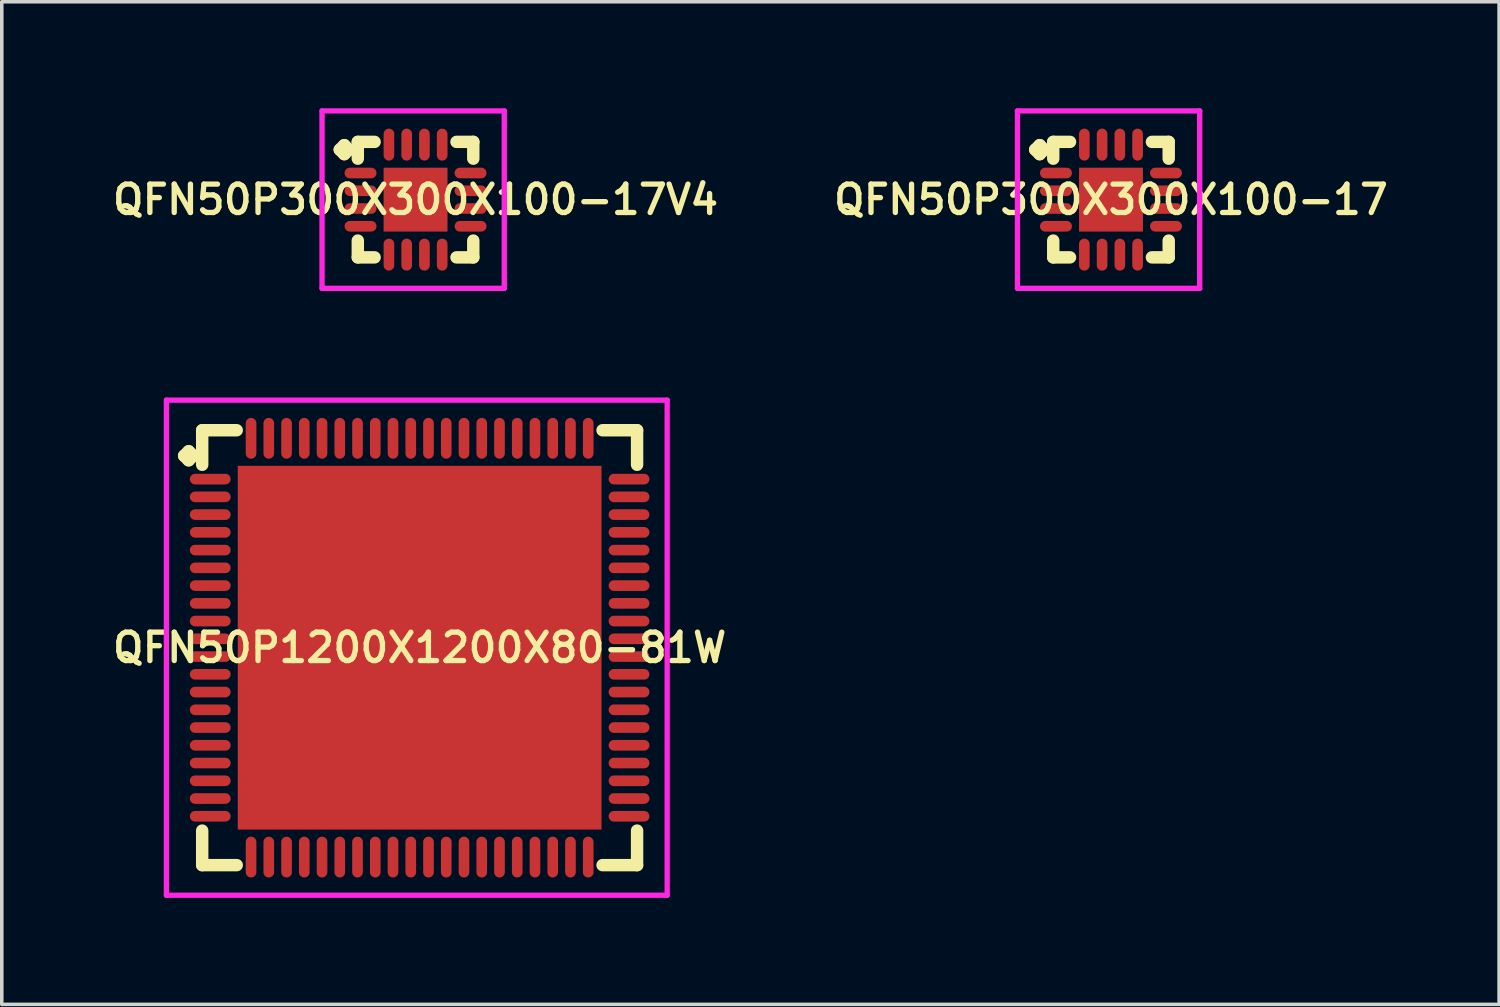
<source format=kicad_pcb>
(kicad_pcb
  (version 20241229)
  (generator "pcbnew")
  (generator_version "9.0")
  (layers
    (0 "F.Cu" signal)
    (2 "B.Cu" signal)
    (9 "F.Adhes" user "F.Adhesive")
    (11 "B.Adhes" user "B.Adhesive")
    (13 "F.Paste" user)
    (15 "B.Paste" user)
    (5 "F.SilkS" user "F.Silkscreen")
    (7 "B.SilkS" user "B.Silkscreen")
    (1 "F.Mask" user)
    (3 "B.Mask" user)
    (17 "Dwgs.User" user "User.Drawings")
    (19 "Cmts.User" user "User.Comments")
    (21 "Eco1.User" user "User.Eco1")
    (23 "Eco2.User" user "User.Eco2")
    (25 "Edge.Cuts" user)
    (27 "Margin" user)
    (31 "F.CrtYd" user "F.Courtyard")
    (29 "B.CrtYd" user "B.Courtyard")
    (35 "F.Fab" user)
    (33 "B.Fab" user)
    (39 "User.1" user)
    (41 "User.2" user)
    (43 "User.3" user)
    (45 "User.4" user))
  (footprint "QFN50P1200X1200X80-81W"
    (layer "F.Cu")
    (at 8.774 15.2)
    (property "Reference" "QFN50P1200X1200X80-81W" (at 0 0 0) (layer "F.SilkS") (effects (font (size 0.8 0.8) (thickness 0.15))))
    (attr smd)
    (fp_line (start -6.635 -5.408) (end -6.508 -5.535) (stroke (width 0.35) (type solid)) (layer "F.SilkS"))
    (fp_line (start -6.508 -5.535) (end -6.381 -5.408) (stroke (width 0.35) (type solid)) (layer "F.SilkS"))
    (fp_line (start -6.508 -5.281) (end -6.635 -5.408) (stroke (width 0.35) (type solid)) (layer "F.SilkS"))
    (fp_line (start -6.381 -5.408) (end -6.508 -5.281) (stroke (width 0.35) (type solid)) (layer "F.SilkS"))
    (fp_line (start -6.127 -6.127) (end -5.154 -6.127) (stroke (width 0.35) (type solid)) (layer "F.SilkS"))
    (fp_line (start -6.127 -5.154) (end -6.127 -6.127) (stroke (width 0.35) (type solid)) (layer "F.SilkS"))
    (fp_line (start -6.127 5.154) (end -6.127 6.127) (stroke (width 0.35) (type solid)) (layer "F.SilkS"))
    (fp_line (start -6.127 6.127) (end -5.154 6.127) (stroke (width 0.35) (type solid)) (layer "F.SilkS"))
    (fp_line (start 5.154 -6.127) (end 6.127 -6.127) (stroke (width 0.35) (type solid)) (layer "F.SilkS"))
    (fp_line (start 5.154 6.127) (end 6.127 6.127) (stroke (width 0.35) (type solid)) (layer "F.SilkS"))
    (fp_line (start 6.127 -6.127) (end 6.127 -5.154) (stroke (width 0.35) (type solid)) (layer "F.SilkS"))
    (fp_line (start 6.127 6.127) (end 6.127 5.154) (stroke (width 0.35) (type solid)) (layer "F.SilkS"))
    (fp_line (start -7.135 -6.975) (end 6.975 -6.975) (stroke (width 0.15) (type solid)) (layer "F.CrtYd"))
    (fp_line (start -7.135 6.975) (end -7.135 -6.975) (stroke (width 0.15) (type solid)) (layer "F.CrtYd"))
    (fp_line (start 6.975 -6.975) (end 6.975 6.975) (stroke (width 0.15) (type solid)) (layer "F.CrtYd"))
    (fp_line (start 6.975 6.975) (end -7.135 6.975) (stroke (width 0.15) (type solid)) (layer "F.CrtYd"))
    (pad "1" smd oval (at -5.9 -4.75) (size 1.15 0.3) (layers "F.Cu" "F.Mask" "F.Paste"))
    (pad "2" smd oval (at -5.9 -4.25) (size 1.15 0.3) (layers "F.Cu" "F.Mask" "F.Paste"))
    (pad "3" smd oval (at -5.9 -3.75) (size 1.15 0.3) (layers "F.Cu" "F.Mask" "F.Paste"))
    (pad "4" smd oval (at -5.9 -3.25) (size 1.15 0.3) (layers "F.Cu" "F.Mask" "F.Paste"))
    (pad "5" smd oval (at -5.9 -2.75) (size 1.15 0.3) (layers "F.Cu" "F.Mask" "F.Paste"))
    (pad "6" smd oval (at -5.9 -2.25) (size 1.15 0.3) (layers "F.Cu" "F.Mask" "F.Paste"))
    (pad "7" smd oval (at -5.9 -1.75) (size 1.15 0.3) (layers "F.Cu" "F.Mask" "F.Paste"))
    (pad "8" smd oval (at -5.9 -1.25) (size 1.15 0.3) (layers "F.Cu" "F.Mask" "F.Paste"))
    (pad "9" smd oval (at -5.9 -0.75) (size 1.15 0.3) (layers "F.Cu" "F.Mask" "F.Paste"))
    (pad "10" smd oval (at -5.9 -0.25) (size 1.15 0.3) (layers "F.Cu" "F.Mask" "F.Paste"))
    (pad "11" smd oval (at -5.9 0.25) (size 1.15 0.3) (layers "F.Cu" "F.Mask" "F.Paste"))
    (pad "12" smd oval (at -5.9 0.75) (size 1.15 0.3) (layers "F.Cu" "F.Mask" "F.Paste"))
    (pad "13" smd oval (at -5.9 1.25) (size 1.15 0.3) (layers "F.Cu" "F.Mask" "F.Paste"))
    (pad "14" smd oval (at -5.9 1.75) (size 1.15 0.3) (layers "F.Cu" "F.Mask" "F.Paste"))
    (pad "15" smd oval (at -5.9 2.25) (size 1.15 0.3) (layers "F.Cu" "F.Mask" "F.Paste"))
    (pad "16" smd oval (at -5.9 2.75) (size 1.15 0.3) (layers "F.Cu" "F.Mask" "F.Paste"))
    (pad "17" smd oval (at -5.9 3.25) (size 1.15 0.3) (layers "F.Cu" "F.Mask" "F.Paste"))
    (pad "18" smd oval (at -5.9 3.75) (size 1.15 0.3) (layers "F.Cu" "F.Mask" "F.Paste"))
    (pad "19" smd oval (at -5.9 4.25) (size 1.15 0.3) (layers "F.Cu" "F.Mask" "F.Paste"))
    (pad "20" smd oval (at -5.9 4.75) (size 1.15 0.3) (layers "F.Cu" "F.Mask" "F.Paste"))
    (pad "21" smd oval (at -4.75 5.9) (size 0.3 1.15) (layers "F.Cu" "F.Mask" "F.Paste"))
    (pad "22" smd oval (at -4.25 5.9) (size 0.3 1.15) (layers "F.Cu" "F.Mask" "F.Paste"))
    (pad "23" smd oval (at -3.75 5.9) (size 0.3 1.15) (layers "F.Cu" "F.Mask" "F.Paste"))
    (pad "24" smd oval (at -3.25 5.9) (size 0.3 1.15) (layers "F.Cu" "F.Mask" "F.Paste"))
    (pad "25" smd oval (at -2.75 5.9) (size 0.3 1.15) (layers "F.Cu" "F.Mask" "F.Paste"))
    (pad "26" smd oval (at -2.25 5.9) (size 0.3 1.15) (layers "F.Cu" "F.Mask" "F.Paste"))
    (pad "27" smd oval (at -1.75 5.9) (size 0.3 1.15) (layers "F.Cu" "F.Mask" "F.Paste"))
    (pad "28" smd oval (at -1.25 5.9) (size 0.3 1.15) (layers "F.Cu" "F.Mask" "F.Paste"))
    (pad "29" smd oval (at -0.75 5.9) (size 0.3 1.15) (layers "F.Cu" "F.Mask" "F.Paste"))
    (pad "30" smd oval (at -0.25 5.9) (size 0.3 1.15) (layers "F.Cu" "F.Mask" "F.Paste"))
    (pad "31" smd oval (at 0.25 5.9) (size 0.3 1.15) (layers "F.Cu" "F.Mask" "F.Paste"))
    (pad "32" smd oval (at 0.75 5.9) (size 0.3 1.15) (layers "F.Cu" "F.Mask" "F.Paste"))
    (pad "33" smd oval (at 1.25 5.9) (size 0.3 1.15) (layers "F.Cu" "F.Mask" "F.Paste"))
    (pad "34" smd oval (at 1.75 5.9) (size 0.3 1.15) (layers "F.Cu" "F.Mask" "F.Paste"))
    (pad "35" smd oval (at 2.25 5.9) (size 0.3 1.15) (layers "F.Cu" "F.Mask" "F.Paste"))
    (pad "36" smd oval (at 2.75 5.9) (size 0.3 1.15) (layers "F.Cu" "F.Mask" "F.Paste"))
    (pad "37" smd oval (at 3.25 5.9) (size 0.3 1.15) (layers "F.Cu" "F.Mask" "F.Paste"))
    (pad "38" smd oval (at 3.75 5.9) (size 0.3 1.15) (layers "F.Cu" "F.Mask" "F.Paste"))
    (pad "39" smd oval (at 4.25 5.9) (size 0.3 1.15) (layers "F.Cu" "F.Mask" "F.Paste"))
    (pad "40" smd oval (at 4.75 5.9) (size 0.3 1.15) (layers "F.Cu" "F.Mask" "F.Paste"))
    (pad "41" smd oval (at 5.9 4.75) (size 1.15 0.3) (layers "F.Cu" "F.Mask" "F.Paste"))
    (pad "42" smd oval (at 5.9 4.25) (size 1.15 0.3) (layers "F.Cu" "F.Mask" "F.Paste"))
    (pad "43" smd oval (at 5.9 3.75) (size 1.15 0.3) (layers "F.Cu" "F.Mask" "F.Paste"))
    (pad "44" smd oval (at 5.9 3.25) (size 1.15 0.3) (layers "F.Cu" "F.Mask" "F.Paste"))
    (pad "45" smd oval (at 5.9 2.75) (size 1.15 0.3) (layers "F.Cu" "F.Mask" "F.Paste"))
    (pad "46" smd oval (at 5.9 2.25) (size 1.15 0.3) (layers "F.Cu" "F.Mask" "F.Paste"))
    (pad "47" smd oval (at 5.9 1.75) (size 1.15 0.3) (layers "F.Cu" "F.Mask" "F.Paste"))
    (pad "48" smd oval (at 5.9 1.25) (size 1.15 0.3) (layers "F.Cu" "F.Mask" "F.Paste"))
    (pad "49" smd oval (at 5.9 0.75) (size 1.15 0.3) (layers "F.Cu" "F.Mask" "F.Paste"))
    (pad "50" smd oval (at 5.9 0.25) (size 1.15 0.3) (layers "F.Cu" "F.Mask" "F.Paste"))
    (pad "51" smd oval (at 5.9 -0.25) (size 1.15 0.3) (layers "F.Cu" "F.Mask" "F.Paste"))
    (pad "52" smd oval (at 5.9 -0.75) (size 1.15 0.3) (layers "F.Cu" "F.Mask" "F.Paste"))
    (pad "53" smd oval (at 5.9 -1.25) (size 1.15 0.3) (layers "F.Cu" "F.Mask" "F.Paste"))
    (pad "54" smd oval (at 5.9 -1.75) (size 1.15 0.3) (layers "F.Cu" "F.Mask" "F.Paste"))
    (pad "55" smd oval (at 5.9 -2.25) (size 1.15 0.3) (layers "F.Cu" "F.Mask" "F.Paste"))
    (pad "56" smd oval (at 5.9 -2.75) (size 1.15 0.3) (layers "F.Cu" "F.Mask" "F.Paste"))
    (pad "57" smd oval (at 5.9 -3.25) (size 1.15 0.3) (layers "F.Cu" "F.Mask" "F.Paste"))
    (pad "58" smd oval (at 5.9 -3.75) (size 1.15 0.3) (layers "F.Cu" "F.Mask" "F.Paste"))
    (pad "59" smd oval (at 5.9 -4.25) (size 1.15 0.3) (layers "F.Cu" "F.Mask" "F.Paste"))
    (pad "60" smd oval (at 5.9 -4.75) (size 1.15 0.3) (layers "F.Cu" "F.Mask" "F.Paste"))
    (pad "61" smd oval (at 4.75 -5.9) (size 0.3 1.15) (layers "F.Cu" "F.Mask" "F.Paste"))
    (pad "62" smd oval (at 4.25 -5.9) (size 0.3 1.15) (layers "F.Cu" "F.Mask" "F.Paste"))
    (pad "63" smd oval (at 3.75 -5.9) (size 0.3 1.15) (layers "F.Cu" "F.Mask" "F.Paste"))
    (pad "64" smd oval (at 3.25 -5.9) (size 0.3 1.15) (layers "F.Cu" "F.Mask" "F.Paste"))
    (pad "65" smd oval (at 2.75 -5.9) (size 0.3 1.15) (layers "F.Cu" "F.Mask" "F.Paste"))
    (pad "66" smd oval (at 2.25 -5.9) (size 0.3 1.15) (layers "F.Cu" "F.Mask" "F.Paste"))
    (pad "67" smd oval (at 1.75 -5.9) (size 0.3 1.15) (layers "F.Cu" "F.Mask" "F.Paste"))
    (pad "68" smd oval (at 1.25 -5.9) (size 0.3 1.15) (layers "F.Cu" "F.Mask" "F.Paste"))
    (pad "69" smd oval (at 0.75 -5.9) (size 0.3 1.15) (layers "F.Cu" "F.Mask" "F.Paste"))
    (pad "70" smd oval (at 0.25 -5.9) (size 0.3 1.15) (layers "F.Cu" "F.Mask" "F.Paste"))
    (pad "71" smd oval (at -0.25 -5.9) (size 0.3 1.15) (layers "F.Cu" "F.Mask" "F.Paste"))
    (pad "72" smd oval (at -0.75 -5.9) (size 0.3 1.15) (layers "F.Cu" "F.Mask" "F.Paste"))
    (pad "73" smd oval (at -1.25 -5.9) (size 0.3 1.15) (layers "F.Cu" "F.Mask" "F.Paste"))
    (pad "74" smd oval (at -1.75 -5.9) (size 0.3 1.15) (layers "F.Cu" "F.Mask" "F.Paste"))
    (pad "75" smd oval (at -2.25 -5.9) (size 0.3 1.15) (layers "F.Cu" "F.Mask" "F.Paste"))
    (pad "76" smd oval (at -2.75 -5.9) (size 0.3 1.15) (layers "F.Cu" "F.Mask" "F.Paste"))
    (pad "77" smd oval (at -3.25 -5.9) (size 0.3 1.15) (layers "F.Cu" "F.Mask" "F.Paste"))
    (pad "78" smd oval (at -3.75 -5.9) (size 0.3 1.15) (layers "F.Cu" "F.Mask" "F.Paste"))
    (pad "79" smd oval (at -4.25 -5.9) (size 0.3 1.15) (layers "F.Cu" "F.Mask" "F.Paste"))
    (pad "80" smd oval (at -4.75 -5.9) (size 0.3 1.15) (layers "F.Cu" "F.Mask" "F.Paste"))
    (pad "81" smd rect (at 0 0) (size 10.25 10.25) (layers "F.Cu" "F.Mask" "F.Paste")))
  (footprint "QFN50P300X300X100-17V4"
    (layer "F.Cu")
    (at 8.659 2.575)
    (property "Reference" "QFN50P300X300X100-17V4" (at 0 0 0) (layer "F.SilkS") (effects (font (size 0.8 0.8) (thickness 0.15))))
    (attr through_hole)
    (fp_line (start -2.135 -1.408) (end -2.008 -1.535) (stroke (width 0.35) (type solid)) (layer "F.SilkS"))
    (fp_line (start -2.008 -1.535) (end -1.881 -1.408) (stroke (width 0.35) (type solid)) (layer "F.SilkS"))
    (fp_line (start -2.008 -1.281) (end -2.135 -1.408) (stroke (width 0.35) (type solid)) (layer "F.SilkS"))
    (fp_line (start -1.881 -1.408) (end -2.008 -1.281) (stroke (width 0.35) (type solid)) (layer "F.SilkS"))
    (fp_line (start -1.627 -1.627) (end -1.154 -1.627) (stroke (width 0.35) (type solid)) (layer "F.SilkS"))
    (fp_line (start -1.627 -1.154) (end -1.627 -1.627) (stroke (width 0.35) (type solid)) (layer "F.SilkS"))
    (fp_line (start -1.627 1.154) (end -1.627 1.627) (stroke (width 0.35) (type solid)) (layer "F.SilkS"))
    (fp_line (start -1.627 1.627) (end -1.154 1.627) (stroke (width 0.35) (type solid)) (layer "F.SilkS"))
    (fp_line (start 1.154 -1.627) (end 1.627 -1.627) (stroke (width 0.35) (type solid)) (layer "F.SilkS"))
    (fp_line (start 1.154 1.627) (end 1.627 1.627) (stroke (width 0.35) (type solid)) (layer "F.SilkS"))
    (fp_line (start 1.627 -1.627) (end 1.627 -1.154) (stroke (width 0.35) (type solid)) (layer "F.SilkS"))
    (fp_line (start 1.627 1.627) (end 1.627 1.154) (stroke (width 0.35) (type solid)) (layer "F.SilkS"))
    (fp_line (start -2.635 -2.5) (end 2.5 -2.5) (stroke (width 0.15) (type solid)) (layer "F.CrtYd"))
    (fp_line (start -2.635 2.5) (end -2.635 -2.5) (stroke (width 0.15) (type solid)) (layer "F.CrtYd"))
    (fp_line (start 2.5 -2.5) (end 2.5 2.5) (stroke (width 0.15) (type solid)) (layer "F.CrtYd"))
    (fp_line (start 2.5 2.5) (end -2.635 2.5) (stroke (width 0.15) (type solid)) (layer "F.CrtYd"))
    (pad "1" smd oval (at -1.55 -0.75) (size 0.9 0.3) (layers "F.Cu" "F.Mask" "F.Paste"))
    (pad "2" smd oval (at -1.55 -0.25) (size 0.9 0.3) (layers "F.Cu" "F.Mask" "F.Paste"))
    (pad "3" smd oval (at -1.55 0.25) (size 0.9 0.3) (layers "F.Cu" "F.Mask" "F.Paste"))
    (pad "4" smd oval (at -1.55 0.75) (size 0.9 0.3) (layers "F.Cu" "F.Mask" "F.Paste"))
    (pad "5" smd oval (at -0.75 1.55) (size 0.3 0.9) (layers "F.Cu" "F.Mask" "F.Paste"))
    (pad "6" smd oval (at -0.25 1.55) (size 0.3 0.9) (layers "F.Cu" "F.Mask" "F.Paste"))
    (pad "7" smd oval (at 0.25 1.55) (size 0.3 0.9) (layers "F.Cu" "F.Mask" "F.Paste"))
    (pad "8" smd oval (at 0.75 1.55) (size 0.3 0.9) (layers "F.Cu" "F.Mask" "F.Paste"))
    (pad "9" smd oval (at 1.55 0.75) (size 0.9 0.3) (layers "F.Cu" "F.Mask" "F.Paste"))
    (pad "10" smd oval (at 1.55 0.25) (size 0.9 0.3) (layers "F.Cu" "F.Mask" "F.Paste"))
    (pad "11" smd oval (at 1.55 -0.25) (size 0.9 0.3) (layers "F.Cu" "F.Mask" "F.Paste"))
    (pad "12" smd oval (at 1.55 -0.75) (size 0.9 0.3) (layers "F.Cu" "F.Mask" "F.Paste"))
    (pad "13" smd oval (at 0.75 -1.55) (size 0.3 0.9) (layers "F.Cu" "F.Mask" "F.Paste"))
    (pad "14" smd oval (at 0.25 -1.55) (size 0.3 0.9) (layers "F.Cu" "F.Mask" "F.Paste"))
    (pad "15" smd oval (at -0.25 -1.55) (size 0.3 0.9) (layers "F.Cu" "F.Mask" "F.Paste"))
    (pad "16" smd oval (at -0.75 -1.55) (size 0.3 0.9) (layers "F.Cu" "F.Mask" "F.Paste"))
    (pad "17" smd rect (at 0 0) (size 1.8 1.8) (layers "F.Cu" "F.Mask" "F.Paste")))
  (footprint "QFN50P300X300X100-17"
    (layer "F.Cu")
    (at 28.254 2.575)
    (property "Reference" "QFN50P300X300X100-17" (at 0 0 0) (layer "F.SilkS") (effects (font (size 0.8 0.8) (thickness 0.15))))
    (attr through_hole)
    (fp_line (start -2.135 -1.408) (end -2.008 -1.535) (stroke (width 0.35) (type solid)) (layer "F.SilkS"))
    (fp_line (start -2.008 -1.535) (end -1.881 -1.408) (stroke (width 0.35) (type solid)) (layer "F.SilkS"))
    (fp_line (start -2.008 -1.281) (end -2.135 -1.408) (stroke (width 0.35) (type solid)) (layer "F.SilkS"))
    (fp_line (start -1.881 -1.408) (end -2.008 -1.281) (stroke (width 0.35) (type solid)) (layer "F.SilkS"))
    (fp_line (start -1.627 -1.627) (end -1.154 -1.627) (stroke (width 0.35) (type solid)) (layer "F.SilkS"))
    (fp_line (start -1.627 -1.154) (end -1.627 -1.627) (stroke (width 0.35) (type solid)) (layer "F.SilkS"))
    (fp_line (start -1.627 1.154) (end -1.627 1.627) (stroke (width 0.35) (type solid)) (layer "F.SilkS"))
    (fp_line (start -1.627 1.627) (end -1.154 1.627) (stroke (width 0.35) (type solid)) (layer "F.SilkS"))
    (fp_line (start 1.154 -1.627) (end 1.627 -1.627) (stroke (width 0.35) (type solid)) (layer "F.SilkS"))
    (fp_line (start 1.154 1.627) (end 1.627 1.627) (stroke (width 0.35) (type solid)) (layer "F.SilkS"))
    (fp_line (start 1.627 -1.627) (end 1.627 -1.154) (stroke (width 0.35) (type solid)) (layer "F.SilkS"))
    (fp_line (start 1.627 1.627) (end 1.627 1.154) (stroke (width 0.35) (type solid)) (layer "F.SilkS"))
    (fp_line (start -2.635 -2.5) (end 2.5 -2.5) (stroke (width 0.15) (type solid)) (layer "F.CrtYd"))
    (fp_line (start -2.635 2.5) (end -2.635 -2.5) (stroke (width 0.15) (type solid)) (layer "F.CrtYd"))
    (fp_line (start 2.5 -2.5) (end 2.5 2.5) (stroke (width 0.15) (type solid)) (layer "F.CrtYd"))
    (fp_line (start 2.5 2.5) (end -2.635 2.5) (stroke (width 0.15) (type solid)) (layer "F.CrtYd"))
    (pad "1" smd oval (at -1.55 -0.75) (size 0.9 0.3) (layers "F.Cu" "F.Mask" "F.Paste"))
    (pad "2" smd oval (at -1.55 -0.25) (size 0.9 0.3) (layers "F.Cu" "F.Mask" "F.Paste"))
    (pad "3" smd oval (at -1.55 0.25) (size 0.9 0.3) (layers "F.Cu" "F.Mask" "F.Paste"))
    (pad "4" smd oval (at -1.55 0.75) (size 0.9 0.3) (layers "F.Cu" "F.Mask" "F.Paste"))
    (pad "5" smd oval (at -0.75 1.55) (size 0.3 0.9) (layers "F.Cu" "F.Mask" "F.Paste"))
    (pad "6" smd oval (at -0.25 1.55) (size 0.3 0.9) (layers "F.Cu" "F.Mask" "F.Paste"))
    (pad "7" smd oval (at 0.25 1.55) (size 0.3 0.9) (layers "F.Cu" "F.Mask" "F.Paste"))
    (pad "8" smd oval (at 0.75 1.55) (size 0.3 0.9) (layers "F.Cu" "F.Mask" "F.Paste"))
    (pad "9" smd oval (at 1.55 0.75) (size 0.9 0.3) (layers "F.Cu" "F.Mask" "F.Paste"))
    (pad "10" smd oval (at 1.55 0.25) (size 0.9 0.3) (layers "F.Cu" "F.Mask" "F.Paste"))
    (pad "11" smd oval (at 1.55 -0.25) (size 0.9 0.3) (layers "F.Cu" "F.Mask" "F.Paste"))
    (pad "12" smd oval (at 1.55 -0.75) (size 0.9 0.3) (layers "F.Cu" "F.Mask" "F.Paste"))
    (pad "13" smd oval (at 0.75 -1.55) (size 0.3 0.9) (layers "F.Cu" "F.Mask" "F.Paste"))
    (pad "14" smd oval (at 0.25 -1.55) (size 0.3 0.9) (layers "F.Cu" "F.Mask" "F.Paste"))
    (pad "15" smd oval (at -0.25 -1.55) (size 0.3 0.9) (layers "F.Cu" "F.Mask" "F.Paste"))
    (pad "16" smd oval (at -0.75 -1.55) (size 0.3 0.9) (layers "F.Cu" "F.Mask" "F.Paste"))
    (pad "17" smd rect (at 0 0) (size 1.8 1.8) (layers "F.Cu" "F.Mask" "F.Paste")))
  (gr_rect
    (start -3 -3)
    (end 39.19 25.25)
    (stroke (width 0.1) (type default))
    (fill no)
    (layer "Edge.Cuts")))
</source>
